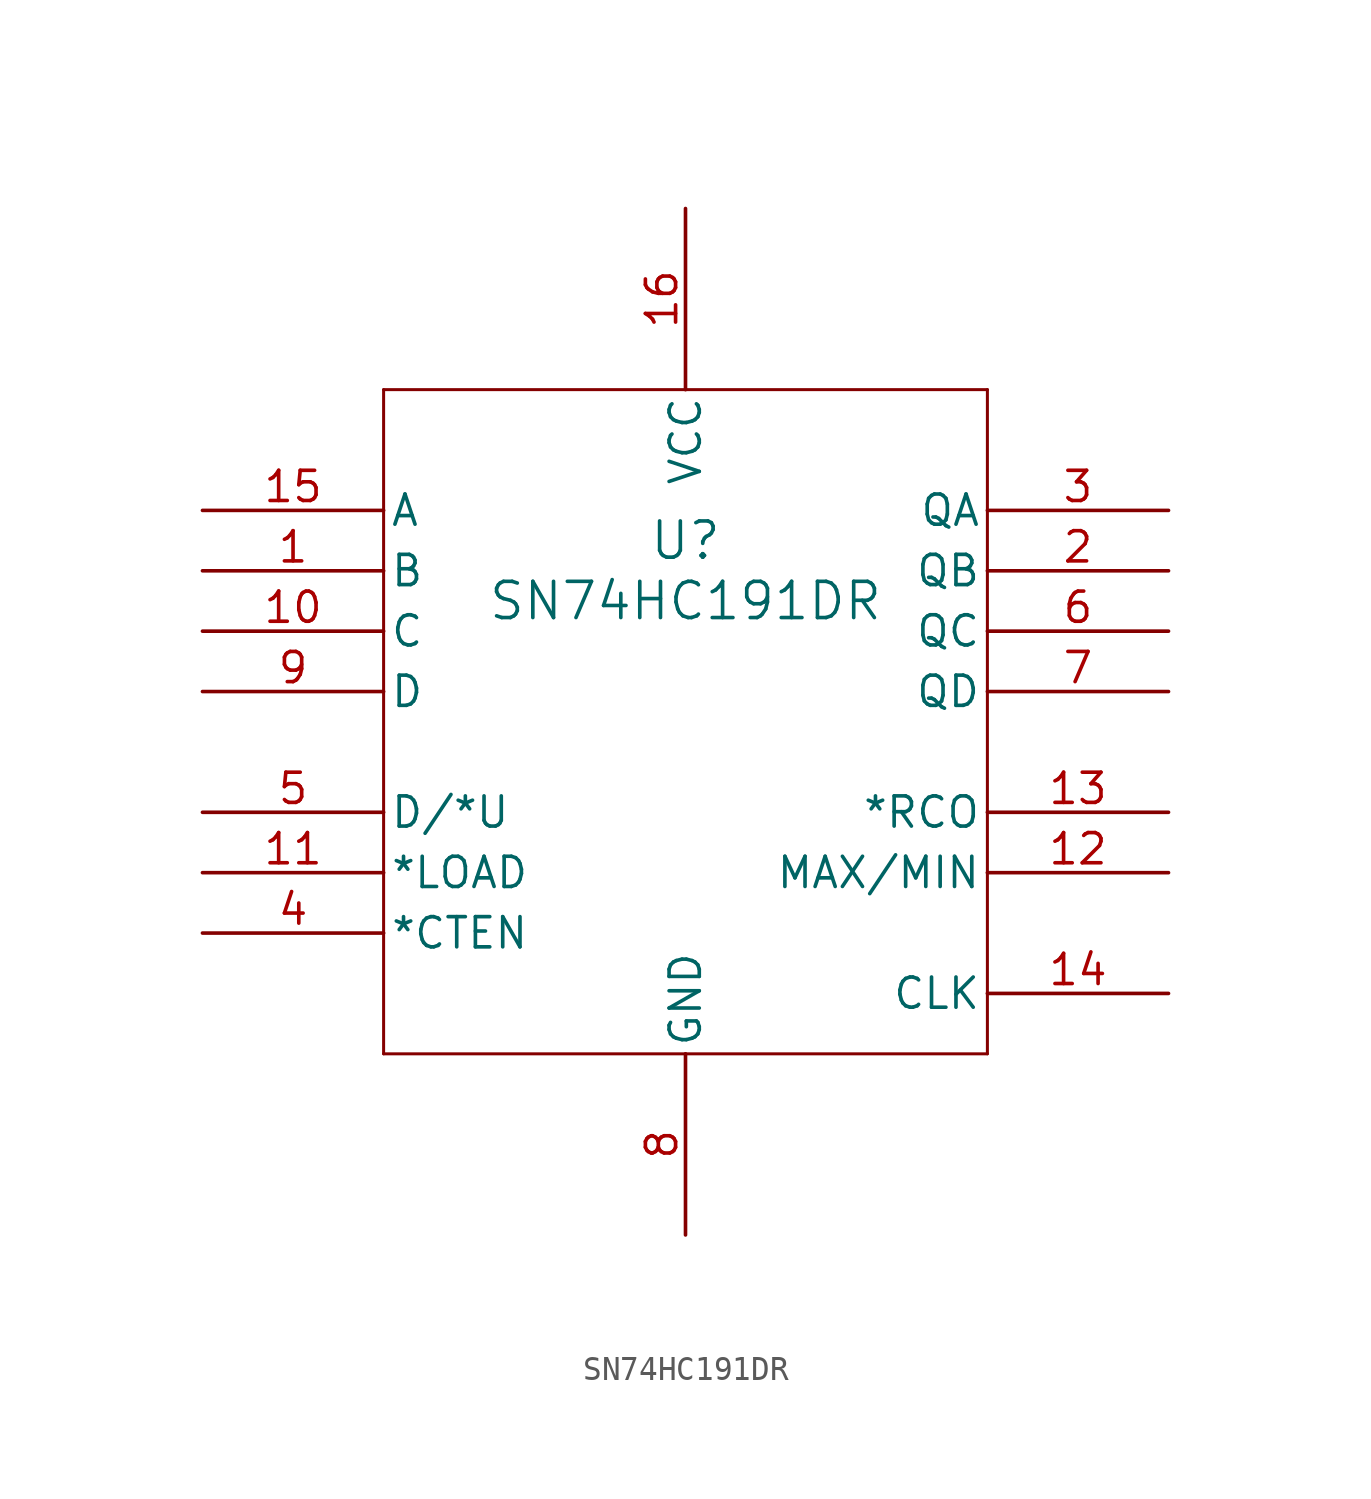
<source format=kicad_sym>
(kicad_symbol_lib
  (version 20211014)
  (generator kicad_symbol_editor)
  (symbol "SN74HC191DR"
    (pin_names
      (offset 0.254))
    (property "Reference" "U"
      (at 50.8 -1.27 0)
      (effects (font (size 1.524 1.524))))
    (property "Value" "SN74HC191DR"
      (at 50.8 -3.81 0)
      (effects (font (size 1.524 1.524))))
    (property "ki_locked" ""
      (at 0 0 0)
      (effects (font (size 1.27 1.27))))
    (symbol "SN74HC191DR_0_1"
      (polyline (pts (xy 38.1 -22.86) (xy 63.5 -22.86)) (stroke (width 0.127) (type default) (color 0 0 0 0)) (fill (type none)))
      (polyline (pts (xy 38.1 5.08) (xy 38.1 -22.86)) (stroke (width 0.127) (type default) (color 0 0 0 0)) (fill (type none)))
      (polyline (pts (xy 63.5 -22.86) (xy 63.5 5.08)) (stroke (width 0.127) (type default) (color 0 0 0 0)) (fill (type none)))
      (polyline (pts (xy 63.5 5.08) (xy 38.1 5.08)) (stroke (width 0.127) (type default) (color 0 0 0 0)) (fill (type none)))
      (pin input line (at 30.48 -2.54 0) (length 7.62) (name "B" (effects (font (size 1.27 1.27)))) (number "1" (effects (font (size 1.27 1.27)))))
      (pin input line (at 30.48 -5.08 0) (length 7.62) (name "C" (effects (font (size 1.27 1.27)))) (number "10" (effects (font (size 1.27 1.27)))))
      (pin input line (at 30.48 -15.24 0) (length 7.62) (name "*LOAD" (effects (font (size 1.27 1.27)))) (number "11" (effects (font (size 1.27 1.27)))))
      (pin output line (at 71.12 -15.24 180) (length 7.62) (name "MAX/MIN" (effects (font (size 1.27 1.27)))) (number "12" (effects (font (size 1.27 1.27)))))
      (pin output line (at 71.12 -12.7 180) (length 7.62) (name "*RCO" (effects (font (size 1.27 1.27)))) (number "13" (effects (font (size 1.27 1.27)))))
      (pin input line (at 71.12 -20.32 180) (length 7.62) (name "CLK" (effects (font (size 1.27 1.27)))) (number "14" (effects (font (size 1.27 1.27)))))
      (pin input line (at 30.48 0 0) (length 7.62) (name "A" (effects (font (size 1.27 1.27)))) (number "15" (effects (font (size 1.27 1.27)))))
      (pin power_in line (at 50.8 12.7 270) (length 7.62) (name "VCC" (effects (font (size 1.27 1.27)))) (number "16" (effects (font (size 1.27 1.27)))))
      (pin output line (at 71.12 -2.54 180) (length 7.62) (name "QB" (effects (font (size 1.27 1.27)))) (number "2" (effects (font (size 1.27 1.27)))))
      (pin output line (at 71.12 0 180) (length 7.62) (name "QA" (effects (font (size 1.27 1.27)))) (number "3" (effects (font (size 1.27 1.27)))))
      (pin input line (at 30.48 -17.78 0) (length 7.62) (name "*CTEN" (effects (font (size 1.27 1.27)))) (number "4" (effects (font (size 1.27 1.27)))))
      (pin input line (at 30.48 -12.7 0) (length 7.62) (name "D/*U" (effects (font (size 1.27 1.27)))) (number "5" (effects (font (size 1.27 1.27)))))
      (pin output line (at 71.12 -5.08 180) (length 7.62) (name "QC" (effects (font (size 1.27 1.27)))) (number "6" (effects (font (size 1.27 1.27)))))
      (pin output line (at 71.12 -7.62 180) (length 7.62) (name "QD" (effects (font (size 1.27 1.27)))) (number "7" (effects (font (size 1.27 1.27)))))
      (pin power_in line (at 50.8 -30.48 90) (length 7.62) (name "GND" (effects (font (size 1.27 1.27)))) (number "8" (effects (font (size 1.27 1.27)))))
      (pin input line (at 30.48 -7.62 0) (length 7.62) (name "D" (effects (font (size 1.27 1.27)))) (number "9" (effects (font (size 1.27 1.27))))))))
</source>
